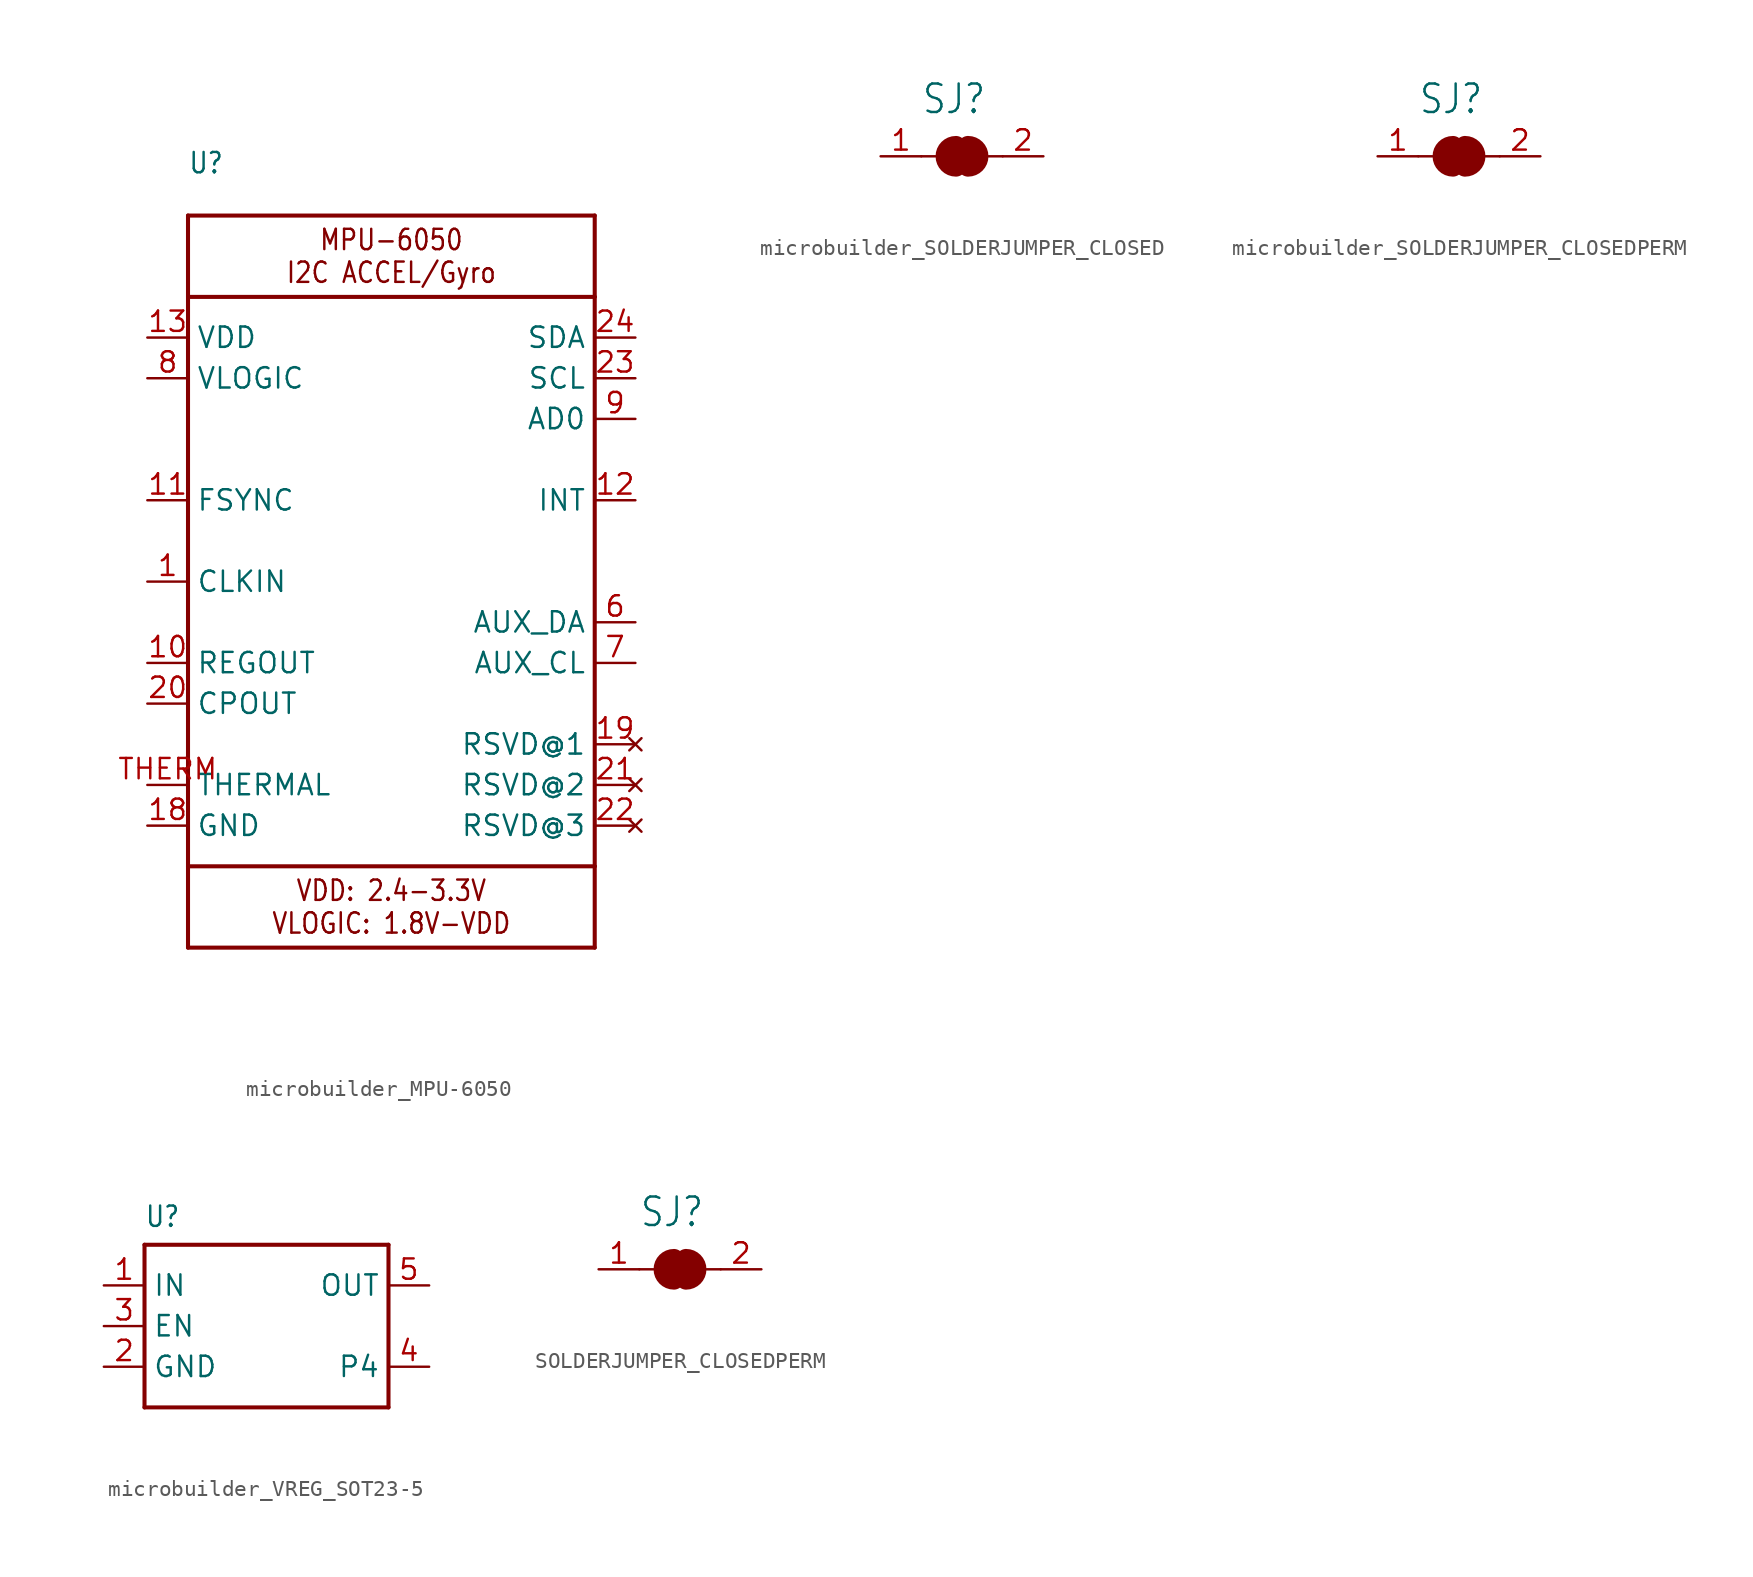
<source format=kicad_sym>
(kicad_symbol_lib
  (version 20231120)
  (generator "kicad_symbol_editor")
  (generator_version "8.0")
  (symbol "microbuilder_MPU-6050"
    (property "Reference" "U"
      (at -12.7 25.4 0)
      (effects (font (size 1.27 1.079)) (justify left bottom)))
    (property "Value" ""
      (at -12.7 -25.4 0)
      (effects (font (size 1.27 1.079)) (justify left bottom)))
    (property "ki_locked" ""
      (at 0 0 0)
      (effects (font (size 1.27 1.27))))
    (symbol "microbuilder_MPU-6050_1_0"
      (polyline (pts (xy -12.7 -22.86) (xy 12.7 -22.86)) (stroke (width 0.254) (type solid)) (fill (type none)))
      (polyline (pts (xy -12.7 -17.78) (xy -12.7 -22.86)) (stroke (width 0.254) (type solid)) (fill (type none)))
      (polyline (pts (xy -12.7 -17.78) (xy -12.7 17.78)) (stroke (width 0.254) (type solid)) (fill (type none)))
      (polyline (pts (xy -12.7 17.78) (xy -12.7 22.86)) (stroke (width 0.254) (type solid)) (fill (type none)))
      (polyline (pts (xy -12.7 17.78) (xy 12.7 17.78)) (stroke (width 0.254) (type solid)) (fill (type none)))
      (polyline (pts (xy -12.7 22.86) (xy 12.7 22.86)) (stroke (width 0.254) (type solid)) (fill (type none)))
      (polyline (pts (xy 12.7 -22.86) (xy 12.7 -17.78)) (stroke (width 0.254) (type solid)) (fill (type none)))
      (polyline (pts (xy 12.7 -17.78) (xy -12.7 -17.78)) (stroke (width 0.254) (type solid)) (fill (type none)))
      (polyline (pts (xy 12.7 17.78) (xy 12.7 -17.78)) (stroke (width 0.254) (type solid)) (fill (type none)))
      (polyline (pts (xy 12.7 22.86) (xy 12.7 17.78)) (stroke (width 0.254) (type solid)) (fill (type none)))
      (text "MPU-6050\nI2C ACCEL/Gyro" (at 0 20.32 0) (effects (font (size 1.27 1.079))))
      (text "VDD: 2.4-3.3V\nVLOGIC: 1.8V-VDD" (at 0 -20.32 0) (effects (font (size 1.27 1.079))))
      (pin input line (at -15.24 0 0) (length 2.54) (name "CLKIN" (effects (font (size 1.27 1.27)))) (number "1" (effects (font (size 1.27 1.27)))))
      (pin passive line (at -15.24 -5.08 0) (length 2.54) (name "REGOUT" (effects (font (size 1.27 1.27)))) (number "10" (effects (font (size 1.27 1.27)))))
      (pin input line (at -15.24 5.08 0) (length 2.54) (name "FSYNC" (effects (font (size 1.27 1.27)))) (number "11" (effects (font (size 1.27 1.27)))))
      (pin output line (at 15.24 5.08 180) (length 2.54) (name "INT" (effects (font (size 1.27 1.27)))) (number "12" (effects (font (size 1.27 1.27)))))
      (pin power_in line (at -15.24 15.24 0) (length 2.54) (name "VDD" (effects (font (size 1.27 1.27)))) (number "13" (effects (font (size 1.27 1.27)))))
      (pin power_in line (at -15.24 -15.24 0) (length 2.54) (name "GND" (effects (font (size 1.27 1.27)))) (number "18" (effects (font (size 1.27 1.27)))))
      (pin no_connect line (at 15.24 -10.16 180) (length 2.54) (name "RSVD@1" (effects (font (size 1.27 1.27)))) (number "19" (effects (font (size 1.27 1.27)))))
      (pin passive line (at -15.24 -7.62 0) (length 2.54) (name "CPOUT" (effects (font (size 1.27 1.27)))) (number "20" (effects (font (size 1.27 1.27)))))
      (pin no_connect line (at 15.24 -12.7 180) (length 2.54) (name "RSVD@2" (effects (font (size 1.27 1.27)))) (number "21" (effects (font (size 1.27 1.27)))))
      (pin no_connect line (at 15.24 -15.24 180) (length 2.54) (name "RSVD@3" (effects (font (size 1.27 1.27)))) (number "22" (effects (font (size 1.27 1.27)))))
      (pin bidirectional line (at 15.24 12.7 180) (length 2.54) (name "SCL" (effects (font (size 1.27 1.27)))) (number "23" (effects (font (size 1.27 1.27)))))
      (pin bidirectional line (at 15.24 15.24 180) (length 2.54) (name "SDA" (effects (font (size 1.27 1.27)))) (number "24" (effects (font (size 1.27 1.27)))))
      (pin bidirectional line (at 15.24 -2.54 180) (length 2.54) (name "AUX_DA" (effects (font (size 1.27 1.27)))) (number "6" (effects (font (size 1.27 1.27)))))
      (pin bidirectional line (at 15.24 -5.08 180) (length 2.54) (name "AUX_CL" (effects (font (size 1.27 1.27)))) (number "7" (effects (font (size 1.27 1.27)))))
      (pin power_in line (at -15.24 12.7 0) (length 2.54) (name "VLOGIC" (effects (font (size 1.27 1.27)))) (number "8" (effects (font (size 1.27 1.27)))))
      (pin input line (at 15.24 10.16 180) (length 2.54) (name "AD0" (effects (font (size 1.27 1.27)))) (number "9" (effects (font (size 1.27 1.27)))))
      (pin power_in line (at -15.24 -12.7 0) (length 2.54) (name "THERMAL" (effects (font (size 1.27 1.27)))) (number "THERM" (effects (font (size 1.27 1.27)))))))
  (symbol "microbuilder_SOLDERJUMPER_CLOSED"
    (property "Reference" "SJ"
      (at -2.54 2.54 0)
      (effects (font (size 1.778 1.511)) (justify left bottom)))
    (property "Value" ""
      (at -2.54 -3.81 0)
      (effects (font (size 1.778 1.511)) (justify left bottom)))
    (property "ki_locked" ""
      (at 0 0 0)
      (effects (font (size 1.27 1.27))))
    (symbol "microbuilder_SOLDERJUMPER_CLOSED_1_0"
      (arc (start -0.3808 0.635) (mid -1.0159 0.0001) (end -0.381 -0.635) (stroke (width 1.27) (type solid)) (fill (type none)))
      (polyline (pts (xy -2.54 0) (xy -1.651 0)) (stroke (width 0.152) (type solid)) (fill (type none)))
      (polyline (pts (xy -0.635 0) (xy 0.635 0)) (stroke (width 0.406) (type solid)) (fill (type none)))
      (polyline (pts (xy 2.54 0) (xy 1.651 0)) (stroke (width 0.152) (type solid)) (fill (type none)))
      (arc (start 0.3808 -0.635) (mid 1.0159 -0.0001) (end 0.381 0.635) (stroke (width 1.27) (type solid)) (fill (type none)))
      (pin passive line (at -5.08 0 0) (length 2.54) (name "1" (effects (font (size 0 0)))) (number "1" (effects (font (size 1.27 1.27)))))
      (pin passive line (at 5.08 0 180) (length 2.54) (name "2" (effects (font (size 0 0)))) (number "2" (effects (font (size 1.27 1.27)))))))
  (symbol "microbuilder_SOLDERJUMPER_CLOSEDPERM"
    (property "Reference" "SJ"
      (at -2.54 2.54 0)
      (effects (font (size 1.778 1.511)) (justify left bottom)))
    (property "Value" ""
      (at -2.54 -3.81 0)
      (effects (font (size 1.778 1.511)) (justify left bottom)))
    (property "ki_locked" ""
      (at 0 0 0)
      (effects (font (size 1.27 1.27))))
    (symbol "microbuilder_SOLDERJUMPER_CLOSEDPERM_1_0"
      (arc (start -0.3808 0.635) (mid -1.0159 0.0001) (end -0.381 -0.635) (stroke (width 1.27) (type solid)) (fill (type none)))
      (polyline (pts (xy -2.54 0) (xy -1.651 0)) (stroke (width 0.152) (type solid)) (fill (type none)))
      (polyline (pts (xy -0.635 0) (xy 0.635 0)) (stroke (width 0.406) (type solid)) (fill (type none)))
      (polyline (pts (xy 2.54 0) (xy 1.651 0)) (stroke (width 0.152) (type solid)) (fill (type none)))
      (arc (start 0.3808 -0.635) (mid 1.0159 -0.0001) (end 0.381 0.635) (stroke (width 1.27) (type solid)) (fill (type none)))
      (pin passive line (at -5.08 0 0) (length 2.54) (name "1" (effects (font (size 0 0)))) (number "1" (effects (font (size 1.27 1.27)))))
      (pin passive line (at 5.08 0 180) (length 2.54) (name "2" (effects (font (size 0 0)))) (number "2" (effects (font (size 1.27 1.27)))))))
  (symbol "microbuilder_VREG_SOT23-5"
    (property "Reference" "U"
      (at -7.62 6.096 0)
      (effects (font (size 1.27 1.079)) (justify left bottom)))
    (property "Value" ""
      (at -7.62 -7.62 0)
      (effects (font (size 1.27 1.079)) (justify left bottom)))
    (property "ki_locked" ""
      (at 0 0 0)
      (effects (font (size 1.27 1.27))))
    (symbol "microbuilder_VREG_SOT23-5_1_0"
      (polyline (pts (xy -7.62 -5.08) (xy -7.62 5.08)) (stroke (width 0.254) (type solid)) (fill (type none)))
      (polyline (pts (xy -7.62 5.08) (xy 7.62 5.08)) (stroke (width 0.254) (type solid)) (fill (type none)))
      (polyline (pts (xy 7.62 -5.08) (xy -7.62 -5.08)) (stroke (width 0.254) (type solid)) (fill (type none)))
      (polyline (pts (xy 7.62 5.08) (xy 7.62 -5.08)) (stroke (width 0.254) (type solid)) (fill (type none)))
      (pin power_in line (at -10.16 2.54 0) (length 2.54) (name "IN" (effects (font (size 1.27 1.27)))) (number "1" (effects (font (size 1.27 1.27)))))
      (pin power_in line (at -10.16 -2.54 0) (length 2.54) (name "GND" (effects (font (size 1.27 1.27)))) (number "2" (effects (font (size 1.27 1.27)))))
      (pin input line (at -10.16 0 0) (length 2.54) (name "EN" (effects (font (size 1.27 1.27)))) (number "3" (effects (font (size 1.27 1.27)))))
      (pin bidirectional line (at 10.16 -2.54 180) (length 2.54) (name "P4" (effects (font (size 1.27 1.27)))) (number "4" (effects (font (size 1.27 1.27)))))
      (pin power_in line (at 10.16 2.54 180) (length 2.54) (name "OUT" (effects (font (size 1.27 1.27)))) (number "5" (effects (font (size 1.27 1.27)))))))
  (symbol "SOLDERJUMPER_CLOSEDPERM"
    (property "Reference" "SJ"
      (at -2.54 2.54 0)
      (effects (font (size 1.778 1.511)) (justify left bottom)))
    (property "Value" ""
      (at -2.54 -3.81 0)
      (effects (font (size 1.778 1.511)) (justify left bottom)))
    (property "ki_locked" ""
      (at 0 0 0)
      (effects (font (size 1.27 1.27))))
    (symbol "SOLDERJUMPER_CLOSEDPERM_1_0"
      (arc (start -0.3808 0.635) (mid -1.0159 0.0001) (end -0.381 -0.635) (stroke (width 1.27) (type solid)) (fill (type none)))
      (polyline (pts (xy -2.54 0) (xy -1.651 0)) (stroke (width 0.152) (type solid)) (fill (type none)))
      (polyline (pts (xy -0.635 0) (xy 0.635 0)) (stroke (width 0.406) (type solid)) (fill (type none)))
      (polyline (pts (xy 2.54 0) (xy 1.651 0)) (stroke (width 0.152) (type solid)) (fill (type none)))
      (arc (start 0.3808 -0.635) (mid 1.0159 -0.0001) (end 0.381 0.635) (stroke (width 1.27) (type solid)) (fill (type none)))
      (pin passive line (at -5.08 0 0) (length 2.54) (name "1" (effects (font (size 0 0)))) (number "1" (effects (font (size 1.27 1.27)))))
      (pin passive line (at 5.08 0 180) (length 2.54) (name "2" (effects (font (size 0 0)))) (number "2" (effects (font (size 1.27 1.27))))))))
</source>
